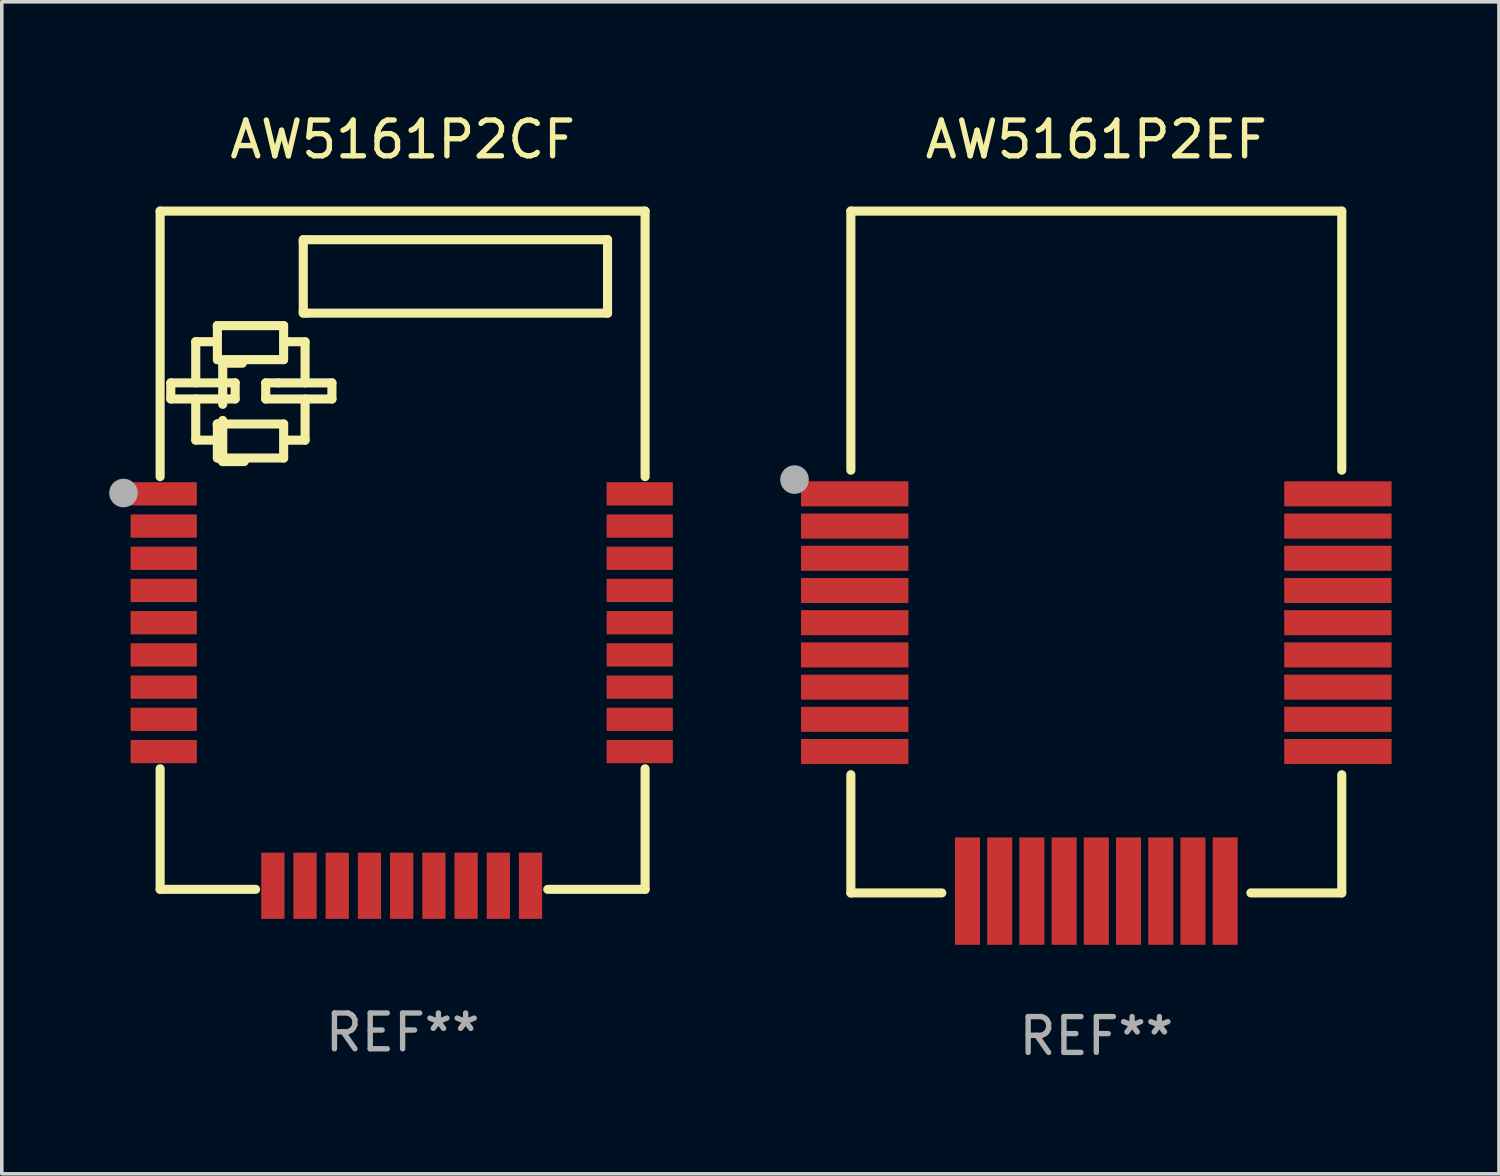
<source format=kicad_pcb>
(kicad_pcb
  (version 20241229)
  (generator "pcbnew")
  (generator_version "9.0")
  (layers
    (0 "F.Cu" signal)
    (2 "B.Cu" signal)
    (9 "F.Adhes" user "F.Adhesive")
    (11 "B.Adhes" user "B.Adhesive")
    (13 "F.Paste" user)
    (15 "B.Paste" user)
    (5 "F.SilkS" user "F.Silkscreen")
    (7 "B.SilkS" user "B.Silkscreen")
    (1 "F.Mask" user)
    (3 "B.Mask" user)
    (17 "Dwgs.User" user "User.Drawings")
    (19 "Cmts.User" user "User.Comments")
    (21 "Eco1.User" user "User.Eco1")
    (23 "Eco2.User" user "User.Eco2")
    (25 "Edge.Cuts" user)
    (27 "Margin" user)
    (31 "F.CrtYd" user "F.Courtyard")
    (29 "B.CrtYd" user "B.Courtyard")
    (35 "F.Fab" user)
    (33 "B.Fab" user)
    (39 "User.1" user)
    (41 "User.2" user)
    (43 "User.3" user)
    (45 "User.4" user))
  (footprint "AW5161P2CF"
    (layer "F.Cu")
    (at 8.199 12.323)
    (property "Reference" "AW5161P2CF" (at 0 -11.475 0) (layer "F.SilkS") (effects (font (size 1 1) (thickness 0.15))))
    (attr through_hole)
    (fp_line (start -6.775 -9.475) (end -6.775 -2.056) (stroke (width 0.254) (type solid)) (layer "F.SilkS"))
    (fp_line (start -6.775 -9.475) (end 6.775 -9.475) (stroke (width 0.254) (type solid)) (layer "F.SilkS"))
    (fp_line (start -6.775 6.106) (end -6.775 9.475) (stroke (width 0.254) (type solid)) (layer "F.SilkS"))
    (fp_line (start -6.775 9.475) (end -4.107 9.475) (stroke (width 0.254) (type solid)) (layer "F.SilkS"))
    (fp_line (start -6.477 -4.676) (end -4.679 -4.676) (stroke (width 0.254) (type solid)) (layer "F.SilkS"))
    (fp_line (start -6.477 -4.226) (end -6.477 -4.676) (stroke (width 0.254) (type solid)) (layer "F.SilkS"))
    (fp_line (start -5.78 -5.826) (end -5.231 -5.826) (stroke (width 0.254) (type solid)) (layer "F.SilkS"))
    (fp_line (start -5.78 -4.676) (end -5.78 -5.826) (stroke (width 0.254) (type solid)) (layer "F.SilkS"))
    (fp_line (start -5.78 -3.076) (end -5.78 -4.226) (stroke (width 0.254) (type solid)) (layer "F.SilkS"))
    (fp_line (start -5.18 -3.076) (end -5.78 -3.076) (stroke (width 0.254) (type solid)) (layer "F.SilkS"))
    (fp_line (start -5.176 -3.526) (end -5.176 -3.475) (stroke (width 0.254) (type solid)) (layer "F.SilkS"))
    (fp_line (start -5.176 -3.526) (end -5.176 -2.576) (stroke (width 0.254) (type solid)) (layer "F.SilkS"))
    (fp_line (start -5.176 -2.576) (end -3.324 -2.576) (stroke (width 0.254) (type solid)) (layer "F.SilkS"))
    (fp_line (start -5.175 -6.275) (end -5.175 -6.225) (stroke (width 0.254) (type solid)) (layer "F.SilkS"))
    (fp_line (start -5.175 -6.275) (end -5.175 -5.325) (stroke (width 0.254) (type solid)) (layer "F.SilkS"))
    (fp_line (start -5.175 -5.325) (end -3.325 -5.325) (stroke (width 0.254) (type solid)) (layer "F.SilkS"))
    (fp_line (start -5.026 -5.226) (end -4.476 -5.226) (stroke (width 0.254) (type solid)) (layer "F.SilkS"))
    (fp_line (start -5.026 -4.076) (end -5.026 -5.226) (stroke (width 0.254) (type solid)) (layer "F.SilkS"))
    (fp_line (start -5.026 -2.477) (end -5.026 -3.626) (stroke (width 0.254) (type solid)) (layer "F.SilkS"))
    (fp_line (start -4.679 -4.676) (end -4.679 -4.226) (stroke (width 0.254) (type solid)) (layer "F.SilkS"))
    (fp_line (start -4.679 -4.226) (end -6.477 -4.226) (stroke (width 0.254) (type solid)) (layer "F.SilkS"))
    (fp_line (start -4.426 -2.477) (end -5.026 -2.477) (stroke (width 0.254) (type solid)) (layer "F.SilkS"))
    (fp_line (start -3.825 -4.675) (end -3.475 -4.675) (stroke (width 0.254) (type solid)) (layer "F.SilkS"))
    (fp_line (start -3.825 -4.225) (end -3.825 -4.675) (stroke (width 0.254) (type solid)) (layer "F.SilkS"))
    (fp_line (start -3.475 -4.675) (end -1.975 -4.675) (stroke (width 0.254) (type solid)) (layer "F.SilkS"))
    (fp_line (start -3.325 -6.275) (end -5.175 -6.275) (stroke (width 0.254) (type solid)) (layer "F.SilkS"))
    (fp_line (start -3.325 -5.825) (end -2.725 -5.825) (stroke (width 0.254) (type solid)) (layer "F.SilkS"))
    (fp_line (start -3.325 -5.325) (end -3.325 -6.275) (stroke (width 0.254) (type solid)) (layer "F.SilkS"))
    (fp_line (start -3.324 -3.526) (end -5.176 -3.526) (stroke (width 0.254) (type solid)) (layer "F.SilkS"))
    (fp_line (start -3.324 -2.576) (end -3.324 -3.526) (stroke (width 0.254) (type solid)) (layer "F.SilkS"))
    (fp_line (start -2.776 -8.676) (end 5.726 -8.676) (stroke (width 0.254) (type solid)) (layer "F.SilkS"))
    (fp_line (start -2.776 -8.625) (end -2.775 -8.675) (stroke (width 0.254) (type solid)) (layer "F.SilkS"))
    (fp_line (start -2.776 -6.674) (end -2.776 -8.625) (stroke (width 0.254) (type solid)) (layer "F.SilkS"))
    (fp_line (start -2.775 -6.625) (end -2.776 -6.674) (stroke (width 0.254) (type solid)) (layer "F.SilkS"))
    (fp_line (start -2.725 -5.825) (end -2.725 -4.675) (stroke (width 0.254) (type solid)) (layer "F.SilkS"))
    (fp_line (start -2.725 -4.225) (end -2.725 -3.075) (stroke (width 0.254) (type solid)) (layer "F.SilkS"))
    (fp_line (start -2.725 -3.075) (end -3.275 -3.075) (stroke (width 0.254) (type solid)) (layer "F.SilkS"))
    (fp_line (start -2.674 -6.624) (end -2.775 -6.625) (stroke (width 0.254) (type solid)) (layer "F.SilkS"))
    (fp_line (start -1.975 -4.675) (end -1.975 -4.225) (stroke (width 0.254) (type solid)) (layer "F.SilkS"))
    (fp_line (start -1.975 -4.225) (end -3.825 -4.225) (stroke (width 0.254) (type solid)) (layer "F.SilkS"))
    (fp_line (start 4.055 9.475) (end 6.775 9.475) (stroke (width 0.254) (type solid)) (layer "F.SilkS"))
    (fp_line (start 5.726 -8.676) (end 5.726 -6.624) (stroke (width 0.254) (type solid)) (layer "F.SilkS"))
    (fp_line (start 5.726 -6.624) (end -2.674 -6.624) (stroke (width 0.254) (type solid)) (layer "F.SilkS"))
    (fp_line (start 6.775 -2.056) (end 6.775 -9.475) (stroke (width 0.254) (type solid)) (layer "F.SilkS"))
    (fp_line (start 6.775 9.475) (end 6.775 6.106) (stroke (width 0.254) (type solid)) (layer "F.SilkS"))
    (fp_circle (center -6.775 -9.465) (end -6.745 -9.465) (stroke (width 0.06) (type solid)) (fill no) (layer "F.SilkS"))
    (fp_circle (center -7.799 -1.598) (end -7.599 -1.598) (stroke (width 0.4) (type solid)) (fill no) (layer "F.Fab"))
    (fp_text user "REF**" (at 0 13.475 0) (layer "F.Fab") (effects (font (size 1 1) (thickness 0.15))))
    (pad "1" smd rect (at -6.675 -1.575) (size 1.85 0.65) (layers "F.Cu" "F.Mask" "F.Paste"))
    (pad "2" smd rect (at -6.675 -0.675) (size 1.85 0.65) (layers "F.Cu" "F.Mask" "F.Paste"))
    (pad "3" smd rect (at -6.675 0.225) (size 1.85 0.65) (layers "F.Cu" "F.Mask" "F.Paste"))
    (pad "4" smd rect (at -6.675 1.125) (size 1.85 0.65) (layers "F.Cu" "F.Mask" "F.Paste"))
    (pad "5" smd rect (at -6.675 2.025) (size 1.85 0.65) (layers "F.Cu" "F.Mask" "F.Paste"))
    (pad "6" smd rect (at -6.675 2.925) (size 1.85 0.65) (layers "F.Cu" "F.Mask" "F.Paste"))
    (pad "7" smd rect (at -6.675 3.825) (size 1.85 0.65) (layers "F.Cu" "F.Mask" "F.Paste"))
    (pad "8" smd rect (at -6.675 4.725) (size 1.85 0.65) (layers "F.Cu" "F.Mask" "F.Paste"))
    (pad "9" smd rect (at -6.675 5.625) (size 1.85 0.65) (layers "F.Cu" "F.Mask" "F.Paste"))
    (pad "10" smd rect (at -3.625 9.375) (size 0.65 1.85) (layers "F.Cu" "F.Mask" "F.Paste"))
    (pad "11" smd rect (at -2.726 9.375) (size 0.65 1.85) (layers "F.Cu" "F.Mask" "F.Paste"))
    (pad "12" smd rect (at -1.826 9.375) (size 0.65 1.85) (layers "F.Cu" "F.Mask" "F.Paste"))
    (pad "13" smd rect (at -0.926 9.375) (size 0.65 1.85) (layers "F.Cu" "F.Mask" "F.Paste"))
    (pad "14" smd rect (at -0.026 9.375) (size 0.65 1.85) (layers "F.Cu" "F.Mask" "F.Paste"))
    (pad "15" smd rect (at 0.874 9.375) (size 0.65 1.85) (layers "F.Cu" "F.Mask" "F.Paste"))
    (pad "16" smd rect (at 1.774 9.375) (size 0.65 1.85) (layers "F.Cu" "F.Mask" "F.Paste"))
    (pad "17" smd rect (at 2.674 9.375) (size 0.65 1.85) (layers "F.Cu" "F.Mask" "F.Paste"))
    (pad "18" smd rect (at 3.574 9.375) (size 0.65 1.85) (layers "F.Cu" "F.Mask" "F.Paste"))
    (pad "19" smd rect (at 6.625 5.625) (size 1.85 0.65) (layers "F.Cu" "F.Mask" "F.Paste"))
    (pad "20" smd rect (at 6.625 4.725) (size 1.85 0.65) (layers "F.Cu" "F.Mask" "F.Paste"))
    (pad "21" smd rect (at 6.625 3.825) (size 1.85 0.65) (layers "F.Cu" "F.Mask" "F.Paste"))
    (pad "22" smd rect (at 6.625 2.925) (size 1.85 0.65) (layers "F.Cu" "F.Mask" "F.Paste"))
    (pad "23" smd rect (at 6.625 2.025) (size 1.85 0.65) (layers "F.Cu" "F.Mask" "F.Paste"))
    (pad "24" smd rect (at 6.625 1.125) (size 1.85 0.65) (layers "F.Cu" "F.Mask" "F.Paste"))
    (pad "25" smd rect (at 6.625 0.225) (size 1.85 0.65) (layers "F.Cu" "F.Mask" "F.Paste"))
    (pad "26" smd rect (at 6.625 -0.675) (size 1.85 0.65) (layers "F.Cu" "F.Mask" "F.Paste"))
    (pad "27" smd rect (at 6.625 -1.575) (size 1.85 0.65) (layers "F.Cu" "F.Mask" "F.Paste")))
  (footprint "AW5161P2EF"
    (layer "F.Cu")
    (at 27.581 12.373)
    (property "Reference" "AW5161P2EF" (at 0 -11.525 0) (layer "F.SilkS") (effects (font (size 1 1) (thickness 0.15))))
    (attr through_hole)
    (fp_line (start -6.858 -9.525) (end 6.858 -9.525) (stroke (width 0.254) (type solid)) (layer "F.SilkS"))
    (fp_line (start -6.858 -2.286) (end -6.858 -9.525) (stroke (width 0.254) (type solid)) (layer "F.SilkS"))
    (fp_line (start -6.858 6.223) (end -6.858 9.525) (stroke (width 0.254) (type solid)) (layer "F.SilkS"))
    (fp_line (start -6.858 9.525) (end -4.318 9.525) (stroke (width 0.254) (type solid)) (layer "F.SilkS"))
    (fp_line (start 4.318 9.525) (end 6.858 9.525) (stroke (width 0.254) (type solid)) (layer "F.SilkS"))
    (fp_line (start 6.858 -9.525) (end 6.858 -2.286) (stroke (width 0.254) (type solid)) (layer "F.SilkS"))
    (fp_line (start 6.858 9.525) (end 6.858 6.223) (stroke (width 0.254) (type solid)) (layer "F.SilkS"))
    (fp_circle (center -6.75 -9.54) (end -6.72 -9.54) (stroke (width 0.06) (type solid)) (fill no) (layer "F.SilkS"))
    (fp_circle (center -8.432 -2.023) (end -8.232 -2.023) (stroke (width 0.4) (type solid)) (fill no) (layer "F.Fab"))
    (fp_text user "REF**" (at 0 13.525 0) (layer "F.Fab") (effects (font (size 1 1) (thickness 0.15))))
    (pad "1" smd rect (at -6.75 -1.625) (size 3 0.7) (layers "F.Cu" "F.Mask" "F.Paste"))
    (pad "2" smd rect (at -6.75 -0.725) (size 3 0.7) (layers "F.Cu" "F.Mask" "F.Paste"))
    (pad "3" smd rect (at -6.75 0.175) (size 3 0.7) (layers "F.Cu" "F.Mask" "F.Paste"))
    (pad "4" smd rect (at -6.75 1.075) (size 3 0.7) (layers "F.Cu" "F.Mask" "F.Paste"))
    (pad "5" smd rect (at -6.75 1.975) (size 3 0.7) (layers "F.Cu" "F.Mask" "F.Paste"))
    (pad "6" smd rect (at -6.75 2.875) (size 3 0.7) (layers "F.Cu" "F.Mask" "F.Paste"))
    (pad "7" smd rect (at -6.75 3.775) (size 3 0.7) (layers "F.Cu" "F.Mask" "F.Paste"))
    (pad "8" smd rect (at -6.75 4.675) (size 3 0.7) (layers "F.Cu" "F.Mask" "F.Paste"))
    (pad "9" smd rect (at -6.75 5.575) (size 3 0.7) (layers "F.Cu" "F.Mask" "F.Paste"))
    (pad "10" smd rect (at -3.6 9.475 90) (size 3 0.7) (layers "F.Cu" "F.Mask" "F.Paste"))
    (pad "11" smd rect (at -2.7 9.475 90) (size 3 0.7) (layers "F.Cu" "F.Mask" "F.Paste"))
    (pad "12" smd rect (at -1.8 9.475 90) (size 3 0.7) (layers "F.Cu" "F.Mask" "F.Paste"))
    (pad "13" smd rect (at -0.9 9.475 90) (size 3 0.7) (layers "F.Cu" "F.Mask" "F.Paste"))
    (pad "14" smd rect (at -0.000051 9.475 90) (size 3 0.7) (layers "F.Cu" "F.Mask" "F.Paste"))
    (pad "15" smd rect (at 0.9 9.475 90) (size 3 0.7) (layers "F.Cu" "F.Mask" "F.Paste"))
    (pad "16" smd rect (at 1.8 9.475 90) (size 3 0.7) (layers "F.Cu" "F.Mask" "F.Paste"))
    (pad "17" smd rect (at 2.7 9.475 90) (size 3 0.7) (layers "F.Cu" "F.Mask" "F.Paste"))
    (pad "18" smd rect (at 3.6 9.475 90) (size 3 0.7) (layers "F.Cu" "F.Mask" "F.Paste"))
    (pad "19" smd rect (at 6.75 5.575 180) (size 3 0.7) (layers "F.Cu" "F.Mask" "F.Paste"))
    (pad "20" smd rect (at 6.75 4.675 180) (size 3 0.7) (layers "F.Cu" "F.Mask" "F.Paste"))
    (pad "21" smd rect (at 6.75 3.775 180) (size 3 0.7) (layers "F.Cu" "F.Mask" "F.Paste"))
    (pad "22" smd rect (at 6.75 2.875 180) (size 3 0.7) (layers "F.Cu" "F.Mask" "F.Paste"))
    (pad "23" smd rect (at 6.75 1.975 180) (size 3 0.7) (layers "F.Cu" "F.Mask" "F.Paste"))
    (pad "24" smd rect (at 6.75 1.075 180) (size 3 0.7) (layers "F.Cu" "F.Mask" "F.Paste"))
    (pad "25" smd rect (at 6.75 0.175 180) (size 3 0.7) (layers "F.Cu" "F.Mask" "F.Paste"))
    (pad "26" smd rect (at 6.75 -0.725 180) (size 3 0.7) (layers "F.Cu" "F.Mask" "F.Paste"))
    (pad "27" smd rect (at 6.75 -1.625 180) (size 3 0.7) (layers "F.Cu" "F.Mask" "F.Paste")))
  (gr_rect
    (start -3 -3)
    (end 38.831 29.747)
    (stroke (width 0.1) (type default))
    (fill no)
    (layer "Edge.Cuts")))
</source>
